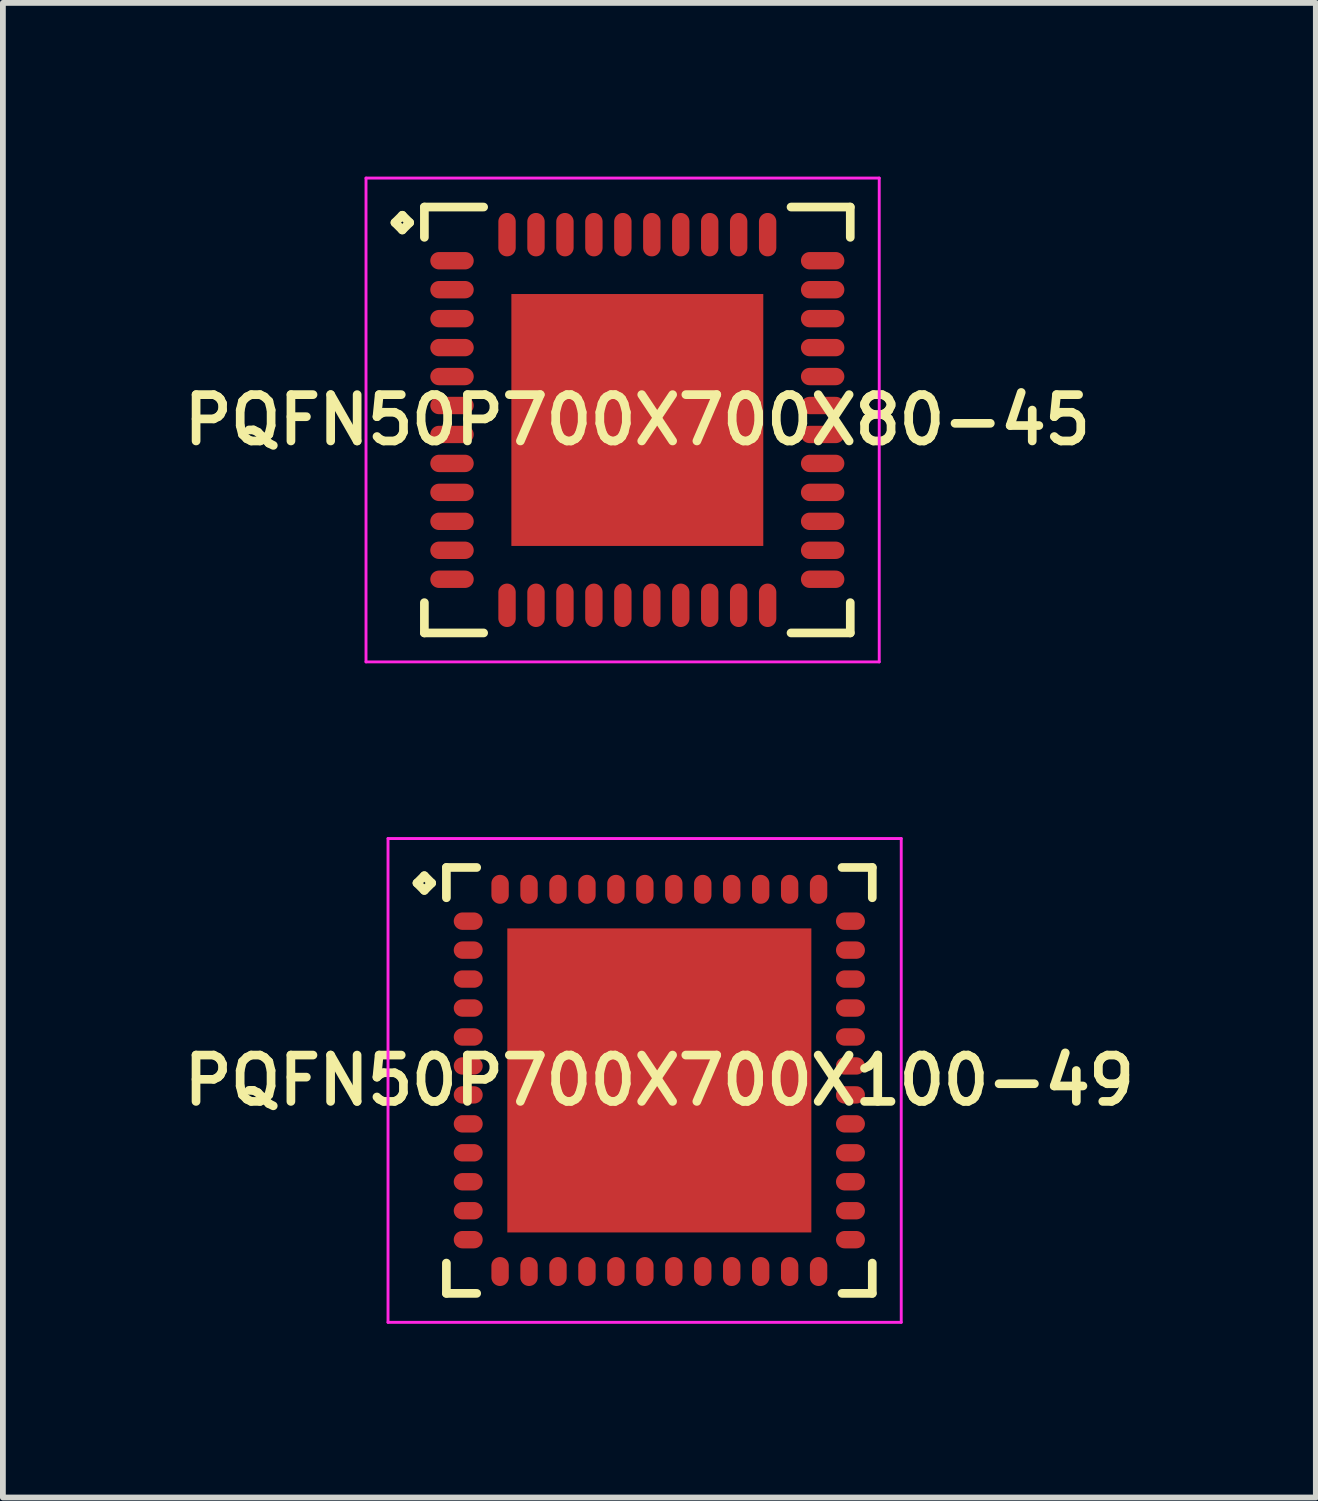
<source format=kicad_pcb>
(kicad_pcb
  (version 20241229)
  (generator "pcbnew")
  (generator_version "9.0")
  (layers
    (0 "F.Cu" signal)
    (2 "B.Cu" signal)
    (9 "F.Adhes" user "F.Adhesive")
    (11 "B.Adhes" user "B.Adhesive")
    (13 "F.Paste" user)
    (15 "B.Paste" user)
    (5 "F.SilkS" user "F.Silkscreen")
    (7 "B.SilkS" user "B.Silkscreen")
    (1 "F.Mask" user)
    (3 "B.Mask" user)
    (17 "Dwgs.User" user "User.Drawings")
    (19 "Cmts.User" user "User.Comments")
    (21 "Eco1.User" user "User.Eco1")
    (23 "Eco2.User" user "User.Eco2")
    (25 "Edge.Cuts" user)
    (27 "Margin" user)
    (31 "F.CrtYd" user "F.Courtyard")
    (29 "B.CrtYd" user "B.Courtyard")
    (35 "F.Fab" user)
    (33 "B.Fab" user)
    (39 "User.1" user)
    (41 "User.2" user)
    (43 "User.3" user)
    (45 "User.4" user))
  (footprint "PQFN50P700X700X100-49"
    (layer "F.Cu")
    (at 8.335 15.606)
    (property "Reference" "PQFN50P700X700X100-49" (at 0 0 0) (layer "F.SilkS") (effects (font (size 0.8 0.8) (thickness 0.15))))
    (attr smd)
    (fp_line (start -4.185 -3.408) (end -4.058 -3.535) (stroke (width 0.15) (type solid)) (layer "F.SilkS"))
    (fp_line (start -4.058 -3.535) (end -3.931 -3.408) (stroke (width 0.15) (type solid)) (layer "F.SilkS"))
    (fp_line (start -4.058 -3.281) (end -4.185 -3.408) (stroke (width 0.15) (type solid)) (layer "F.SilkS"))
    (fp_line (start -3.931 -3.408) (end -4.058 -3.281) (stroke (width 0.15) (type solid)) (layer "F.SilkS"))
    (fp_line (start -3.677 -3.677) (end -3.154 -3.677) (stroke (width 0.15) (type solid)) (layer "F.SilkS"))
    (fp_line (start -3.677 -3.154) (end -3.677 -3.677) (stroke (width 0.15) (type solid)) (layer "F.SilkS"))
    (fp_line (start -3.677 3.154) (end -3.677 3.677) (stroke (width 0.15) (type solid)) (layer "F.SilkS"))
    (fp_line (start -3.677 3.677) (end -3.154 3.677) (stroke (width 0.15) (type solid)) (layer "F.SilkS"))
    (fp_line (start 3.154 -3.677) (end 3.677 -3.677) (stroke (width 0.15) (type solid)) (layer "F.SilkS"))
    (fp_line (start 3.154 3.677) (end 3.677 3.677) (stroke (width 0.15) (type solid)) (layer "F.SilkS"))
    (fp_line (start 3.677 -3.677) (end 3.677 -3.154) (stroke (width 0.15) (type solid)) (layer "F.SilkS"))
    (fp_line (start 3.677 3.677) (end 3.677 3.154) (stroke (width 0.15) (type solid)) (layer "F.SilkS"))
    (fp_line (start -4.685 -4.177) (end 4.177 -4.177) (stroke (width 0.05) (type solid)) (layer "F.CrtYd"))
    (fp_line (start -4.685 4.177) (end -4.685 -4.177) (stroke (width 0.05) (type solid)) (layer "F.CrtYd"))
    (fp_line (start 4.177 -4.177) (end 4.177 4.177) (stroke (width 0.05) (type solid)) (layer "F.CrtYd"))
    (fp_line (start 4.177 4.177) (end -4.685 4.177) (stroke (width 0.05) (type solid)) (layer "F.CrtYd"))
    (pad "1" smd oval (at -3.3 -2.75) (size 0.5 0.3) (layers "F.Cu" "F.Mask" "F.Paste"))
    (pad "2" smd oval (at -3.3 -2.25) (size 0.5 0.3) (layers "F.Cu" "F.Mask" "F.Paste"))
    (pad "3" smd oval (at -3.3 -1.75) (size 0.5 0.3) (layers "F.Cu" "F.Mask" "F.Paste"))
    (pad "4" smd oval (at -3.3 -1.25) (size 0.5 0.3) (layers "F.Cu" "F.Mask" "F.Paste"))
    (pad "5" smd oval (at -3.3 -0.75) (size 0.5 0.3) (layers "F.Cu" "F.Mask" "F.Paste"))
    (pad "6" smd oval (at -3.3 -0.25) (size 0.5 0.3) (layers "F.Cu" "F.Mask" "F.Paste"))
    (pad "7" smd oval (at -3.3 0.25) (size 0.5 0.3) (layers "F.Cu" "F.Mask" "F.Paste"))
    (pad "8" smd oval (at -3.3 0.75) (size 0.5 0.3) (layers "F.Cu" "F.Mask" "F.Paste"))
    (pad "9" smd oval (at -3.3 1.25) (size 0.5 0.3) (layers "F.Cu" "F.Mask" "F.Paste"))
    (pad "10" smd oval (at -3.3 1.75) (size 0.5 0.3) (layers "F.Cu" "F.Mask" "F.Paste"))
    (pad "11" smd oval (at -3.3 2.25) (size 0.5 0.3) (layers "F.Cu" "F.Mask" "F.Paste"))
    (pad "12" smd oval (at -3.3 2.75) (size 0.5 0.3) (layers "F.Cu" "F.Mask" "F.Paste"))
    (pad "13" smd oval (at -2.75 3.3) (size 0.3 0.5) (layers "F.Cu" "F.Mask" "F.Paste"))
    (pad "14" smd oval (at -2.25 3.3) (size 0.3 0.5) (layers "F.Cu" "F.Mask" "F.Paste"))
    (pad "15" smd oval (at -1.75 3.3) (size 0.3 0.5) (layers "F.Cu" "F.Mask" "F.Paste"))
    (pad "16" smd oval (at -1.25 3.3) (size 0.3 0.5) (layers "F.Cu" "F.Mask" "F.Paste"))
    (pad "17" smd oval (at -0.75 3.3) (size 0.3 0.5) (layers "F.Cu" "F.Mask" "F.Paste"))
    (pad "18" smd oval (at -0.25 3.3) (size 0.3 0.5) (layers "F.Cu" "F.Mask" "F.Paste"))
    (pad "19" smd oval (at 0.25 3.3) (size 0.3 0.5) (layers "F.Cu" "F.Mask" "F.Paste"))
    (pad "20" smd oval (at 0.75 3.3) (size 0.3 0.5) (layers "F.Cu" "F.Mask" "F.Paste"))
    (pad "21" smd oval (at 1.25 3.3) (size 0.3 0.5) (layers "F.Cu" "F.Mask" "F.Paste"))
    (pad "22" smd oval (at 1.75 3.3) (size 0.3 0.5) (layers "F.Cu" "F.Mask" "F.Paste"))
    (pad "23" smd oval (at 2.25 3.3) (size 0.3 0.5) (layers "F.Cu" "F.Mask" "F.Paste"))
    (pad "24" smd oval (at 2.75 3.3) (size 0.3 0.5) (layers "F.Cu" "F.Mask" "F.Paste"))
    (pad "25" smd oval (at 3.3 2.75) (size 0.5 0.3) (layers "F.Cu" "F.Mask" "F.Paste"))
    (pad "26" smd oval (at 3.3 2.25) (size 0.5 0.3) (layers "F.Cu" "F.Mask" "F.Paste"))
    (pad "27" smd oval (at 3.3 1.75) (size 0.5 0.3) (layers "F.Cu" "F.Mask" "F.Paste"))
    (pad "28" smd oval (at 3.3 1.25) (size 0.5 0.3) (layers "F.Cu" "F.Mask" "F.Paste"))
    (pad "29" smd oval (at 3.3 0.75) (size 0.5 0.3) (layers "F.Cu" "F.Mask" "F.Paste"))
    (pad "30" smd oval (at 3.3 0.25) (size 0.5 0.3) (layers "F.Cu" "F.Mask" "F.Paste"))
    (pad "31" smd oval (at 3.3 -0.25) (size 0.5 0.3) (layers "F.Cu" "F.Mask" "F.Paste"))
    (pad "32" smd oval (at 3.3 -0.75) (size 0.5 0.3) (layers "F.Cu" "F.Mask" "F.Paste"))
    (pad "33" smd oval (at 3.3 -1.25) (size 0.5 0.3) (layers "F.Cu" "F.Mask" "F.Paste"))
    (pad "34" smd oval (at 3.3 -1.75) (size 0.5 0.3) (layers "F.Cu" "F.Mask" "F.Paste"))
    (pad "35" smd oval (at 3.3 -2.25) (size 0.5 0.3) (layers "F.Cu" "F.Mask" "F.Paste"))
    (pad "36" smd oval (at 3.3 -2.75) (size 0.5 0.3) (layers "F.Cu" "F.Mask" "F.Paste"))
    (pad "37" smd oval (at 2.75 -3.3) (size 0.3 0.5) (layers "F.Cu" "F.Mask" "F.Paste"))
    (pad "38" smd oval (at 2.25 -3.3) (size 0.3 0.5) (layers "F.Cu" "F.Mask" "F.Paste"))
    (pad "39" smd oval (at 1.75 -3.3) (size 0.3 0.5) (layers "F.Cu" "F.Mask" "F.Paste"))
    (pad "40" smd oval (at 1.25 -3.3) (size 0.3 0.5) (layers "F.Cu" "F.Mask" "F.Paste"))
    (pad "41" smd oval (at 0.75 -3.3) (size 0.3 0.5) (layers "F.Cu" "F.Mask" "F.Paste"))
    (pad "42" smd oval (at 0.25 -3.3) (size 0.3 0.5) (layers "F.Cu" "F.Mask" "F.Paste"))
    (pad "43" smd oval (at -0.25 -3.3) (size 0.3 0.5) (layers "F.Cu" "F.Mask" "F.Paste"))
    (pad "44" smd oval (at -0.75 -3.3) (size 0.3 0.5) (layers "F.Cu" "F.Mask" "F.Paste"))
    (pad "45" smd oval (at -1.25 -3.3) (size 0.3 0.5) (layers "F.Cu" "F.Mask" "F.Paste"))
    (pad "46" smd oval (at -1.75 -3.3) (size 0.3 0.5) (layers "F.Cu" "F.Mask" "F.Paste"))
    (pad "47" smd oval (at -2.25 -3.3) (size 0.3 0.5) (layers "F.Cu" "F.Mask" "F.Paste"))
    (pad "48" smd oval (at -2.75 -3.3) (size 0.3 0.5) (layers "F.Cu" "F.Mask" "F.Paste"))
    (pad "49" smd rect (at 0 0) (size 5.25 5.25) (layers "F.Cu" "F.Mask" "F.Paste")))
  (footprint "PQFN50P700X700X80-45"
    (layer "F.Cu")
    (at 7.955 4.202)
    (property "Reference" "PQFN50P700X700X80-45" (at 0 0 0) (layer "F.SilkS") (effects (font (size 0.8 0.8) (thickness 0.15))))
    (attr smd)
    (fp_line (start -4.185 -3.408) (end -4.058 -3.535) (stroke (width 0.15) (type solid)) (layer "F.SilkS"))
    (fp_line (start -4.058 -3.535) (end -3.931 -3.408) (stroke (width 0.15) (type solid)) (layer "F.SilkS"))
    (fp_line (start -4.058 -3.281) (end -4.185 -3.408) (stroke (width 0.15) (type solid)) (layer "F.SilkS"))
    (fp_line (start -3.931 -3.408) (end -4.058 -3.281) (stroke (width 0.15) (type solid)) (layer "F.SilkS"))
    (fp_line (start -3.677 -3.677) (end -2.654 -3.677) (stroke (width 0.15) (type solid)) (layer "F.SilkS"))
    (fp_line (start -3.677 -3.154) (end -3.677 -3.677) (stroke (width 0.15) (type solid)) (layer "F.SilkS"))
    (fp_line (start -3.677 3.154) (end -3.677 3.677) (stroke (width 0.15) (type solid)) (layer "F.SilkS"))
    (fp_line (start -3.677 3.677) (end -2.654 3.677) (stroke (width 0.15) (type solid)) (layer "F.SilkS"))
    (fp_line (start 2.654 -3.677) (end 3.677 -3.677) (stroke (width 0.15) (type solid)) (layer "F.SilkS"))
    (fp_line (start 2.654 3.677) (end 3.677 3.677) (stroke (width 0.15) (type solid)) (layer "F.SilkS"))
    (fp_line (start 3.677 -3.677) (end 3.677 -3.154) (stroke (width 0.15) (type solid)) (layer "F.SilkS"))
    (fp_line (start 3.677 3.677) (end 3.677 3.154) (stroke (width 0.15) (type solid)) (layer "F.SilkS"))
    (fp_line (start -4.685 -4.177) (end 4.177 -4.177) (stroke (width 0.05) (type solid)) (layer "F.CrtYd"))
    (fp_line (start -4.685 4.177) (end -4.685 -4.177) (stroke (width 0.05) (type solid)) (layer "F.CrtYd"))
    (fp_line (start 4.177 -4.177) (end 4.177 4.177) (stroke (width 0.05) (type solid)) (layer "F.CrtYd"))
    (fp_line (start 4.177 4.177) (end -4.685 4.177) (stroke (width 0.05) (type solid)) (layer "F.CrtYd"))
    (pad "1" smd oval (at -3.2 -2.75) (size 0.75 0.3) (layers "F.Cu" "F.Mask" "F.Paste"))
    (pad "2" smd oval (at -3.2 -2.25) (size 0.75 0.3) (layers "F.Cu" "F.Mask" "F.Paste"))
    (pad "3" smd oval (at -3.2 -1.75) (size 0.75 0.3) (layers "F.Cu" "F.Mask" "F.Paste"))
    (pad "4" smd oval (at -3.2 -1.25) (size 0.75 0.3) (layers "F.Cu" "F.Mask" "F.Paste"))
    (pad "5" smd oval (at -3.2 -0.75) (size 0.75 0.3) (layers "F.Cu" "F.Mask" "F.Paste"))
    (pad "6" smd oval (at -3.2 -0.25) (size 0.75 0.3) (layers "F.Cu" "F.Mask" "F.Paste"))
    (pad "7" smd oval (at -3.2 0.25) (size 0.75 0.3) (layers "F.Cu" "F.Mask" "F.Paste"))
    (pad "8" smd oval (at -3.2 0.75) (size 0.75 0.3) (layers "F.Cu" "F.Mask" "F.Paste"))
    (pad "9" smd oval (at -3.2 1.25) (size 0.75 0.3) (layers "F.Cu" "F.Mask" "F.Paste"))
    (pad "10" smd oval (at -3.2 1.75) (size 0.75 0.3) (layers "F.Cu" "F.Mask" "F.Paste"))
    (pad "11" smd oval (at -3.2 2.25) (size 0.75 0.3) (layers "F.Cu" "F.Mask" "F.Paste"))
    (pad "12" smd oval (at -3.2 2.75) (size 0.75 0.3) (layers "F.Cu" "F.Mask" "F.Paste"))
    (pad "13" smd oval (at -2.25 3.2) (size 0.3 0.75) (layers "F.Cu" "F.Mask" "F.Paste"))
    (pad "14" smd oval (at -1.75 3.2) (size 0.3 0.75) (layers "F.Cu" "F.Mask" "F.Paste"))
    (pad "15" smd oval (at -1.25 3.2) (size 0.3 0.75) (layers "F.Cu" "F.Mask" "F.Paste"))
    (pad "16" smd oval (at -0.75 3.2) (size 0.3 0.75) (layers "F.Cu" "F.Mask" "F.Paste"))
    (pad "17" smd oval (at -0.25 3.2) (size 0.3 0.75) (layers "F.Cu" "F.Mask" "F.Paste"))
    (pad "18" smd oval (at 0.25 3.2) (size 0.3 0.75) (layers "F.Cu" "F.Mask" "F.Paste"))
    (pad "19" smd oval (at 0.75 3.2) (size 0.3 0.75) (layers "F.Cu" "F.Mask" "F.Paste"))
    (pad "20" smd oval (at 1.25 3.2) (size 0.3 0.75) (layers "F.Cu" "F.Mask" "F.Paste"))
    (pad "21" smd oval (at 1.75 3.2) (size 0.3 0.75) (layers "F.Cu" "F.Mask" "F.Paste"))
    (pad "22" smd oval (at 2.25 3.2) (size 0.3 0.75) (layers "F.Cu" "F.Mask" "F.Paste"))
    (pad "23" smd oval (at 3.2 2.75) (size 0.75 0.3) (layers "F.Cu" "F.Mask" "F.Paste"))
    (pad "24" smd oval (at 3.2 2.25) (size 0.75 0.3) (layers "F.Cu" "F.Mask" "F.Paste"))
    (pad "25" smd oval (at 3.2 1.75) (size 0.75 0.3) (layers "F.Cu" "F.Mask" "F.Paste"))
    (pad "26" smd oval (at 3.2 1.25) (size 0.75 0.3) (layers "F.Cu" "F.Mask" "F.Paste"))
    (pad "27" smd oval (at 3.2 0.75) (size 0.75 0.3) (layers "F.Cu" "F.Mask" "F.Paste"))
    (pad "28" smd oval (at 3.2 0.25) (size 0.75 0.3) (layers "F.Cu" "F.Mask" "F.Paste"))
    (pad "29" smd oval (at 3.2 -0.25) (size 0.75 0.3) (layers "F.Cu" "F.Mask" "F.Paste"))
    (pad "30" smd oval (at 3.2 -0.75) (size 0.75 0.3) (layers "F.Cu" "F.Mask" "F.Paste"))
    (pad "31" smd oval (at 3.2 -1.25) (size 0.75 0.3) (layers "F.Cu" "F.Mask" "F.Paste"))
    (pad "32" smd oval (at 3.2 -1.75) (size 0.75 0.3) (layers "F.Cu" "F.Mask" "F.Paste"))
    (pad "33" smd oval (at 3.2 -2.25) (size 0.75 0.3) (layers "F.Cu" "F.Mask" "F.Paste"))
    (pad "34" smd oval (at 3.2 -2.75) (size 0.75 0.3) (layers "F.Cu" "F.Mask" "F.Paste"))
    (pad "35" smd oval (at 2.25 -3.2) (size 0.3 0.75) (layers "F.Cu" "F.Mask" "F.Paste"))
    (pad "36" smd oval (at 1.75 -3.2) (size 0.3 0.75) (layers "F.Cu" "F.Mask" "F.Paste"))
    (pad "37" smd oval (at 1.25 -3.2) (size 0.3 0.75) (layers "F.Cu" "F.Mask" "F.Paste"))
    (pad "38" smd oval (at 0.75 -3.2) (size 0.3 0.75) (layers "F.Cu" "F.Mask" "F.Paste"))
    (pad "39" smd oval (at 0.25 -3.2) (size 0.3 0.75) (layers "F.Cu" "F.Mask" "F.Paste"))
    (pad "40" smd oval (at -0.25 -3.2) (size 0.3 0.75) (layers "F.Cu" "F.Mask" "F.Paste"))
    (pad "41" smd oval (at -0.75 -3.2) (size 0.3 0.75) (layers "F.Cu" "F.Mask" "F.Paste"))
    (pad "42" smd oval (at -1.25 -3.2) (size 0.3 0.75) (layers "F.Cu" "F.Mask" "F.Paste"))
    (pad "43" smd oval (at -1.75 -3.2) (size 0.3 0.75) (layers "F.Cu" "F.Mask" "F.Paste"))
    (pad "44" smd oval (at -2.25 -3.2) (size 0.3 0.75) (layers "F.Cu" "F.Mask" "F.Paste"))
    (pad "45" smd rect (at 0 0) (size 4.35 4.35) (layers "F.Cu" "F.Mask" "F.Paste")))
  (gr_rect
    (start -3 -3)
    (end 19.671 22.808)
    (stroke (width 0.1) (type default))
    (fill no)
    (layer "Edge.Cuts")))
</source>
